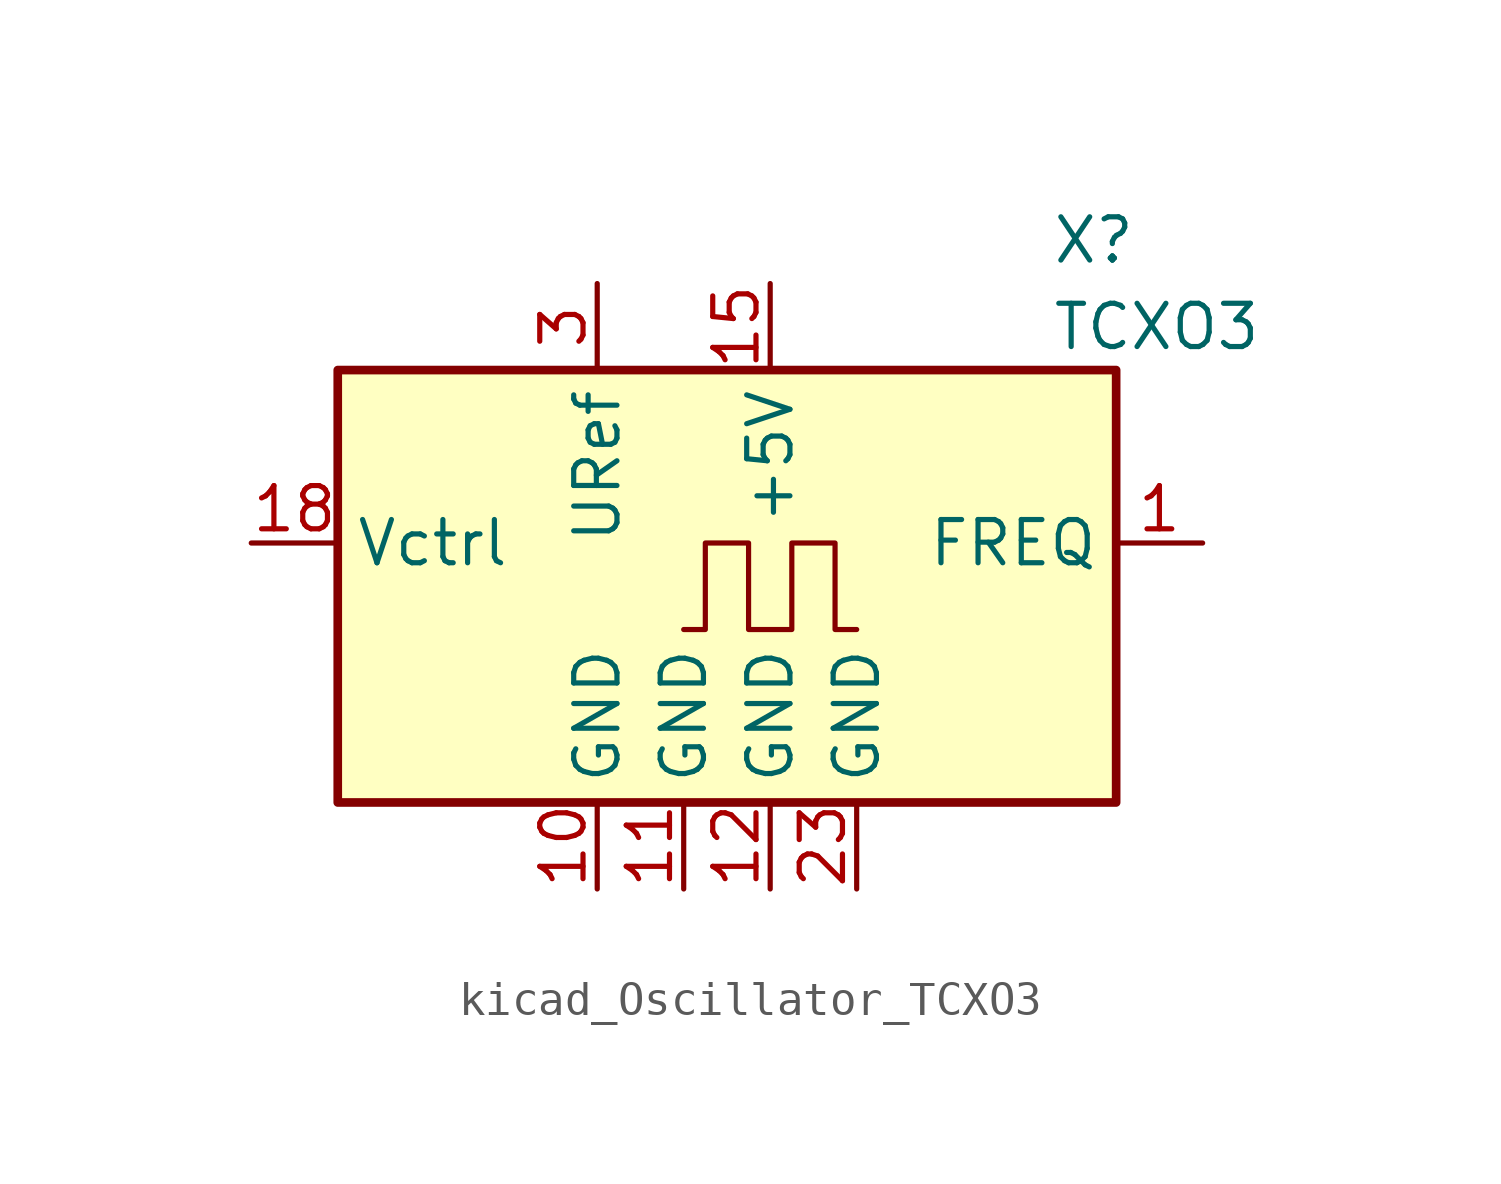
<source format=kicad_sym>
(kicad_symbol_lib
  (version 20220914)
  (generator kicad_symbol_editor)
  (symbol "kicad_Oscillator_TCXO3"
    (property "Reference" "X"
      (at 8.255 11.43 0)
      (effects (font (size 1.27 1.27)) (justify left)))
    (property "Value" "TCXO3"
      (at 8.255 8.89 0)
      (effects (font (size 1.27 1.27)) (justify left)))
    (symbol "kicad_Oscillator_TCXO3_0_1"
      (rectangle (start -12.7 -5.08) (end 10.16 7.62) (stroke (width 0.254) (type default)) (fill (type background)))
      (polyline (pts (xy -2.54 0) (xy -1.905 0) (xy -1.905 2.54) (xy -0.635 2.54) (xy -0.635 0) (xy 0.635 0) (xy 0.635 2.54) (xy 1.905 2.54) (xy 1.905 0) (xy 2.54 0)) (stroke (width 0) (type default)) (fill (type none))))
    (symbol "kicad_Oscillator_TCXO3_1_1"
      (pin output line (at 12.7 2.54 180) (length 2.54) (name "FREQ" (effects (font (size 1.27 1.27)))) (number "1" (effects (font (size 1.27 1.27)))))
      (pin power_in line (at -5.08 -7.62 90) (length 2.54) (name "GND" (effects (font (size 1.27 1.27)))) (number "10" (effects (font (size 1.27 1.27)))))
      (pin power_in line (at -2.54 -7.62 90) (length 2.54) (name "GND" (effects (font (size 1.27 1.27)))) (number "11" (effects (font (size 1.27 1.27)))))
      (pin power_in line (at 0 -7.62 90) (length 2.54) (name "GND" (effects (font (size 1.27 1.27)))) (number "12" (effects (font (size 1.27 1.27)))))
      (pin no_connect line (at 7.62 -5.08 90) (length 2.54) hide (name "NC" (effects (font (size 1.27 1.27)))) (number "13" (effects (font (size 1.27 1.27)))))
      (pin no_connect line (at 10.16 0 180) (length 2.54) hide (name "NC" (effects (font (size 1.27 1.27)))) (number "14" (effects (font (size 1.27 1.27)))))
      (pin power_in line (at 0 10.16 270) (length 2.54) (name "+5V" (effects (font (size 1.27 1.27)))) (number "15" (effects (font (size 1.27 1.27)))))
      (pin no_connect line (at 5.08 7.62 270) (length 2.54) hide (name "NC" (effects (font (size 1.27 1.27)))) (number "16" (effects (font (size 1.27 1.27)))))
      (pin no_connect line (at -2.54 7.62 270) (length 2.54) hide (name "NC" (effects (font (size 1.27 1.27)))) (number "17" (effects (font (size 1.27 1.27)))))
      (pin input line (at -15.24 2.54 0) (length 2.54) (name "Vctrl" (effects (font (size 1.27 1.27)))) (number "18" (effects (font (size 1.27 1.27)))))
      (pin no_connect line (at -7.62 7.62 270) (length 2.54) hide (name "NC" (effects (font (size 1.27 1.27)))) (number "19" (effects (font (size 1.27 1.27)))))
      (pin no_connect line (at 10.16 5.08 180) (length 2.54) hide (name "NC" (effects (font (size 1.27 1.27)))) (number "2" (effects (font (size 1.27 1.27)))))
      (pin no_connect line (at -10.16 7.62 270) (length 2.54) hide (name "NC" (effects (font (size 1.27 1.27)))) (number "20" (effects (font (size 1.27 1.27)))))
      (pin no_connect line (at 7.62 7.62 270) (length 2.54) hide (name "NC" (effects (font (size 1.27 1.27)))) (number "21" (effects (font (size 1.27 1.27)))))
      (pin no_connect line (at 10.16 -2.54 180) (length 2.54) hide (name "NC" (effects (font (size 1.27 1.27)))) (number "22" (effects (font (size 1.27 1.27)))))
      (pin power_in line (at 2.54 -7.62 90) (length 2.54) (name "GND" (effects (font (size 1.27 1.27)))) (number "23" (effects (font (size 1.27 1.27)))))
      (pin power_out line (at -5.08 10.16 270) (length 2.54) (name "URef" (effects (font (size 1.27 1.27)))) (number "3" (effects (font (size 1.27 1.27)))))
      (pin no_connect line (at -12.7 5.08 0) (length 2.54) hide (name "NC" (effects (font (size 1.27 1.27)))) (number "4" (effects (font (size 1.27 1.27)))))
      (pin no_connect line (at 2.54 7.62 270) (length 2.54) hide (name "NC" (effects (font (size 1.27 1.27)))) (number "5" (effects (font (size 1.27 1.27)))))
      (pin no_connect line (at -12.7 0 0) (length 2.54) hide (name "NC" (effects (font (size 1.27 1.27)))) (number "6" (effects (font (size 1.27 1.27)))))
      (pin no_connect line (at -12.7 -2.54 0) (length 2.54) hide (name "NC" (effects (font (size 1.27 1.27)))) (number "7" (effects (font (size 1.27 1.27)))))
      (pin no_connect line (at -7.62 -5.08 90) (length 2.54) hide (name "NC" (effects (font (size 1.27 1.27)))) (number "8" (effects (font (size 1.27 1.27)))))
      (pin no_connect line (at 5.08 -5.08 90) (length 2.54) hide (name "NC" (effects (font (size 1.27 1.27)))) (number "9" (effects (font (size 1.27 1.27))))))))
</source>
